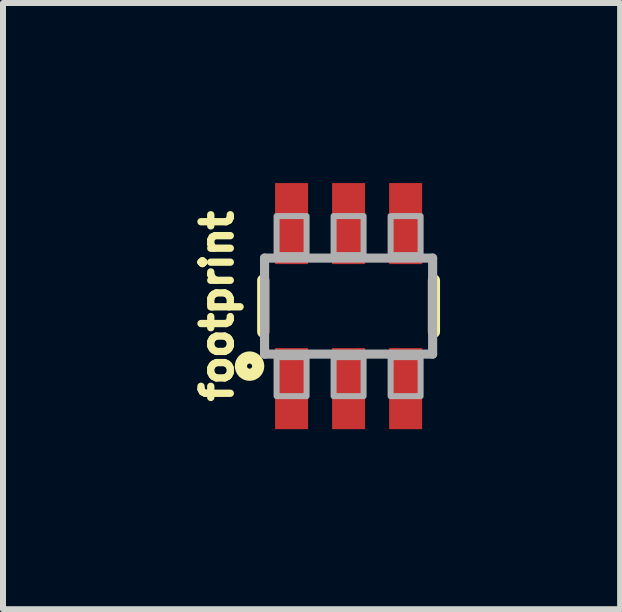
<source format=kicad_pcb>
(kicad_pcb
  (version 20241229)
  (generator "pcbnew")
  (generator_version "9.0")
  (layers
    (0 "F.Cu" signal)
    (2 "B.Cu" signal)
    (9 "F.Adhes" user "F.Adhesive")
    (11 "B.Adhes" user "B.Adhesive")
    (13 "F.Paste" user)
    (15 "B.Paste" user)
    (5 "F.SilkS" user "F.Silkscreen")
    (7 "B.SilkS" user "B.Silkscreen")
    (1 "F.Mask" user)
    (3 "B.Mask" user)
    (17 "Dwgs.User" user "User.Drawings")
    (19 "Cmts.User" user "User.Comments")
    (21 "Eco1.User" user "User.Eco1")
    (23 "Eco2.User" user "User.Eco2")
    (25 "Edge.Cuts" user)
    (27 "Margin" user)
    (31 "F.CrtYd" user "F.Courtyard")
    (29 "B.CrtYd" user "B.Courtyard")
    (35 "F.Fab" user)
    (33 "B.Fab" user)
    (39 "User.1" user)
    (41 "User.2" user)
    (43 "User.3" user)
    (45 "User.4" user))
  (footprint "footprint"
    (layer "F.Cu")
    (at 2.758 2.05)
    (property "Reference" "footprint" (at -1.905 0 90) (layer "F.SilkS") (effects (font (size 0.488 0.488) (thickness 0.122)) (justify bottom)))
    (fp_line (start -1.422 0.429) (end -1.422 -0.429) (stroke (width 0.203) (type solid)) (layer "F.SilkS"))
    (fp_line (start 1.422 -0.429) (end 1.422 0.429) (stroke (width 0.203) (type solid)) (layer "F.SilkS"))
    (fp_circle (center -1.65 1) (end -1.506 1) (stroke (width 0.203) (type solid)) (fill no) (layer "F.SilkS"))
    (fp_line (start -1.4 -0.8) (end -1.4 0.8) (stroke (width 0.152) (type solid)) (layer "F.Fab"))
    (fp_line (start -1.4 -0.8) (end 1.4 -0.8) (stroke (width 0.152) (type solid)) (layer "F.Fab"))
    (fp_line (start 1.4 -0.8) (end 1.4 0.8) (stroke (width 0.152) (type solid)) (layer "F.Fab"))
    (fp_line (start 1.4 0.8) (end -1.4 0.8) (stroke (width 0.152) (type solid)) (layer "F.Fab"))
    (fp_poly (pts (xy -1.2 -0.85) (xy -0.7 -0.85) (xy -0.7 -1.5) (xy -1.2 -1.5)) (stroke (width 0.1) (type solid)) (fill no) (layer "F.Fab"))
    (fp_poly (pts (xy -1.2 1.5) (xy -0.7 1.5) (xy -0.7 0.85) (xy -1.2 0.85)) (stroke (width 0.1) (type solid)) (fill no) (layer "F.Fab"))
    (fp_poly (pts (xy -0.25 -0.85) (xy 0.25 -0.85) (xy 0.25 -1.5) (xy -0.25 -1.5)) (stroke (width 0.1) (type solid)) (fill no) (layer "F.Fab"))
    (fp_poly (pts (xy -0.25 1.5) (xy 0.25 1.5) (xy 0.25 0.85) (xy -0.25 0.85)) (stroke (width 0.1) (type solid)) (fill no) (layer "F.Fab"))
    (fp_poly (pts (xy 0.7 -0.85) (xy 1.2 -0.85) (xy 1.2 -1.5) (xy 0.7 -1.5)) (stroke (width 0.1) (type solid)) (fill no) (layer "F.Fab"))
    (fp_poly (pts (xy 0.7 1.5) (xy 1.2 1.5) (xy 1.2 0.85) (xy 0.7 0.85)) (stroke (width 0.1) (type solid)) (fill no) (layer "F.Fab"))
    (pad "1" smd rect (at -0.95 1.375) (size 0.55 1.35) (layers "F.Cu" "F.Mask" "F.Paste"))
    (pad "2" smd rect (at 0 1.375) (size 0.55 1.35) (layers "F.Cu" "F.Mask" "F.Paste"))
    (pad "3" smd rect (at 0.95 1.375) (size 0.55 1.35) (layers "F.Cu" "F.Mask" "F.Paste"))
    (pad "4" smd rect (at 0.95 -1.375) (size 0.55 1.35) (layers "F.Cu" "F.Mask" "F.Paste"))
    (pad "5" smd rect (at 0 -1.375) (size 0.55 1.35) (layers "F.Cu" "F.Mask" "F.Paste"))
    (pad "6" smd rect (at -0.95 -1.375) (size 0.55 1.35) (layers "F.Cu" "F.Mask" "F.Paste")))
  (gr_rect
    (start -3 -3)
    (end 7.282 7.1)
    (stroke (width 0.1) (type default))
    (fill no)
    (layer "Edge.Cuts")))
</source>
